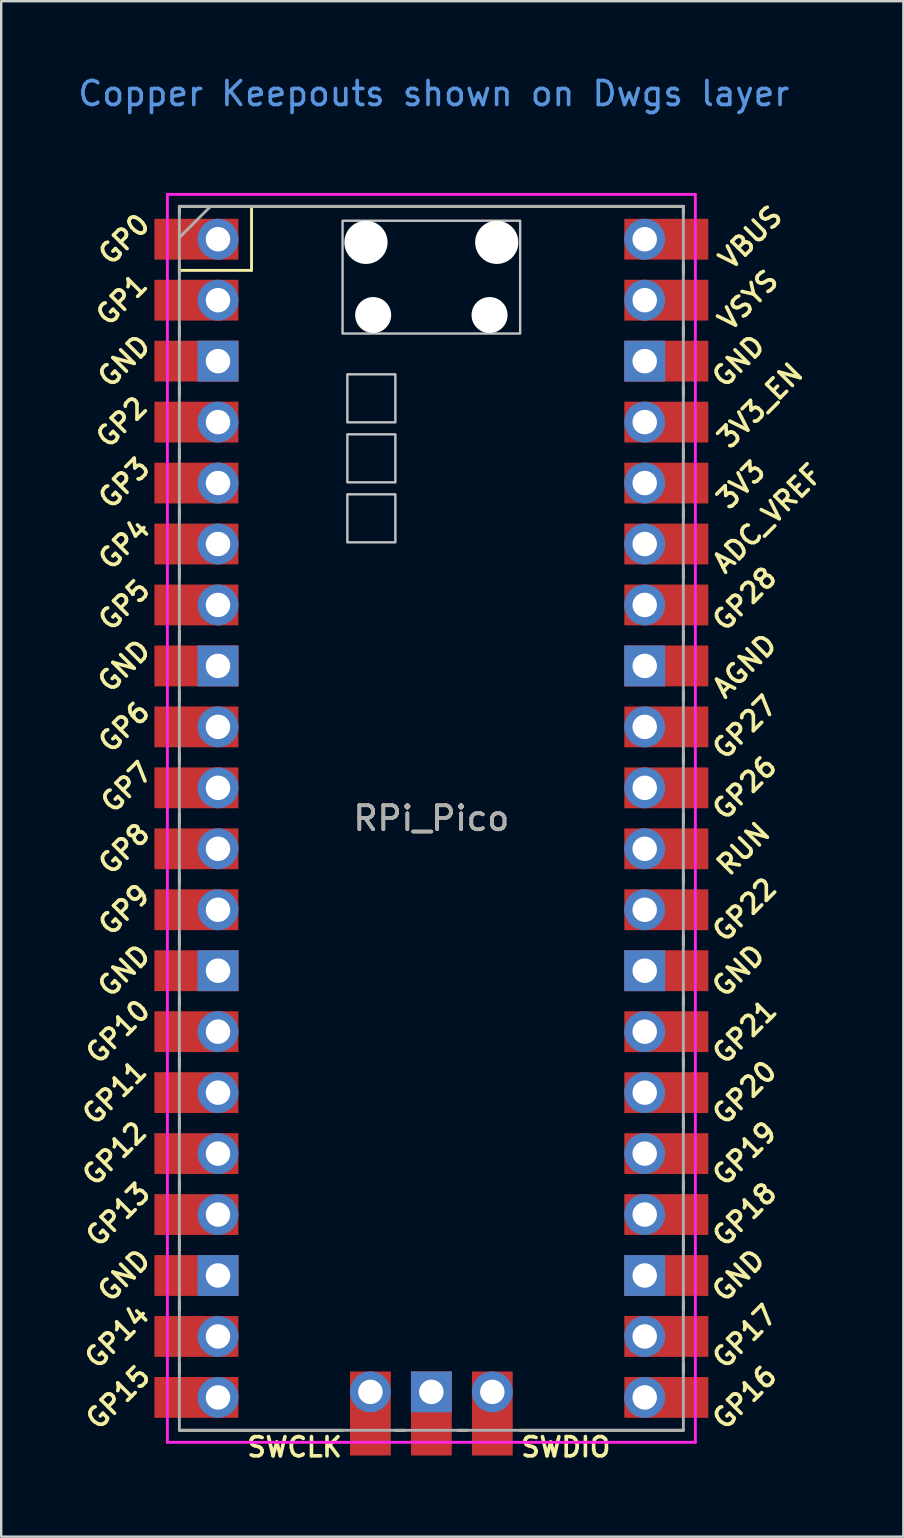
<source format=kicad_pcb>
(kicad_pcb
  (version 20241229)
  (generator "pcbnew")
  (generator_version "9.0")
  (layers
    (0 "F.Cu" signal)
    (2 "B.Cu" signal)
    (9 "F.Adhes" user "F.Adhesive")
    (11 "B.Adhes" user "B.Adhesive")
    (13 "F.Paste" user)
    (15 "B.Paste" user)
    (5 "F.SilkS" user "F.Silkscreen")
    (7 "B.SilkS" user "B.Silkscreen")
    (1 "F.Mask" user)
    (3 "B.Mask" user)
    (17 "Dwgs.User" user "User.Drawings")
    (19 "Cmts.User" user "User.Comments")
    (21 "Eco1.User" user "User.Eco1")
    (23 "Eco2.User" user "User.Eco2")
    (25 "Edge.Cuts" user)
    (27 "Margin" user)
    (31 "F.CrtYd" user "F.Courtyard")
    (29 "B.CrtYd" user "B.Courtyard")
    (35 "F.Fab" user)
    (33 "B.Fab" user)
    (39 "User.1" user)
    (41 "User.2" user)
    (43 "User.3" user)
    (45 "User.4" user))
  (footprint "RPi_Pico"
    (layer "F.Cu")
    (at 14.924 31.048)
    (property "Reference" "RPi_Pico" (at 0 0 0) (layer "F.SilkS") (effects (font (size 1 1) (thickness 0.15))))
    (attr through_hole)
    (fp_line (start -10.5 -25.5) (end -10.5 -25.2) (stroke (width 0.12) (type solid)) (layer "F.SilkS"))
    (fp_line (start -10.5 -25.5) (end 10.5 -25.5) (stroke (width 0.12) (type solid)) (layer "F.SilkS"))
    (fp_line (start -10.5 -23.1) (end -10.5 -22.7) (stroke (width 0.12) (type solid)) (layer "F.SilkS"))
    (fp_line (start -10.5 -22.833) (end -7.493 -22.833) (stroke (width 0.12) (type solid)) (layer "F.SilkS"))
    (fp_line (start -10.5 -20.5) (end -10.5 -20.1) (stroke (width 0.12) (type solid)) (layer "F.SilkS"))
    (fp_line (start -10.5 -18) (end -10.5 -17.6) (stroke (width 0.12) (type solid)) (layer "F.SilkS"))
    (fp_line (start -10.5 -15.4) (end -10.5 -15) (stroke (width 0.12) (type solid)) (layer "F.SilkS"))
    (fp_line (start -10.5 -12.9) (end -10.5 -12.5) (stroke (width 0.12) (type solid)) (layer "F.SilkS"))
    (fp_line (start -10.5 -10.4) (end -10.5 -10) (stroke (width 0.12) (type solid)) (layer "F.SilkS"))
    (fp_line (start -10.5 -7.8) (end -10.5 -7.4) (stroke (width 0.12) (type solid)) (layer "F.SilkS"))
    (fp_line (start -10.5 -5.3) (end -10.5 -4.9) (stroke (width 0.12) (type solid)) (layer "F.SilkS"))
    (fp_line (start -10.5 -2.7) (end -10.5 -2.3) (stroke (width 0.12) (type solid)) (layer "F.SilkS"))
    (fp_line (start -10.5 -0.2) (end -10.5 0.2) (stroke (width 0.12) (type solid)) (layer "F.SilkS"))
    (fp_line (start -10.5 2.3) (end -10.5 2.7) (stroke (width 0.12) (type solid)) (layer "F.SilkS"))
    (fp_line (start -10.5 4.9) (end -10.5 5.3) (stroke (width 0.12) (type solid)) (layer "F.SilkS"))
    (fp_line (start -10.5 7.4) (end -10.5 7.8) (stroke (width 0.12) (type solid)) (layer "F.SilkS"))
    (fp_line (start -10.5 10) (end -10.5 10.4) (stroke (width 0.12) (type solid)) (layer "F.SilkS"))
    (fp_line (start -10.5 12.5) (end -10.5 12.9) (stroke (width 0.12) (type solid)) (layer "F.SilkS"))
    (fp_line (start -10.5 15.1) (end -10.5 15.5) (stroke (width 0.12) (type solid)) (layer "F.SilkS"))
    (fp_line (start -10.5 17.6) (end -10.5 18) (stroke (width 0.12) (type solid)) (layer "F.SilkS"))
    (fp_line (start -10.5 20.1) (end -10.5 20.5) (stroke (width 0.12) (type solid)) (layer "F.SilkS"))
    (fp_line (start -10.5 22.7) (end -10.5 23.1) (stroke (width 0.12) (type solid)) (layer "F.SilkS"))
    (fp_line (start -7.493 -22.833) (end -7.493 -25.5) (stroke (width 0.12) (type solid)) (layer "F.SilkS"))
    (fp_line (start -3.7 25.5) (end -10.5 25.5) (stroke (width 0.12) (type solid)) (layer "F.SilkS"))
    (fp_line (start -1.5 25.5) (end -1.1 25.5) (stroke (width 0.12) (type solid)) (layer "F.SilkS"))
    (fp_line (start 1.1 25.5) (end 1.5 25.5) (stroke (width 0.12) (type solid)) (layer "F.SilkS"))
    (fp_line (start 10.5 -25.5) (end 10.5 -25.2) (stroke (width 0.12) (type solid)) (layer "F.SilkS"))
    (fp_line (start 10.5 -23.1) (end 10.5 -22.7) (stroke (width 0.12) (type solid)) (layer "F.SilkS"))
    (fp_line (start 10.5 -20.5) (end 10.5 -20.1) (stroke (width 0.12) (type solid)) (layer "F.SilkS"))
    (fp_line (start 10.5 -18) (end 10.5 -17.6) (stroke (width 0.12) (type solid)) (layer "F.SilkS"))
    (fp_line (start 10.5 -15.4) (end 10.5 -15) (stroke (width 0.12) (type solid)) (layer "F.SilkS"))
    (fp_line (start 10.5 -12.9) (end 10.5 -12.5) (stroke (width 0.12) (type solid)) (layer "F.SilkS"))
    (fp_line (start 10.5 -10.4) (end 10.5 -10) (stroke (width 0.12) (type solid)) (layer "F.SilkS"))
    (fp_line (start 10.5 -7.8) (end 10.5 -7.4) (stroke (width 0.12) (type solid)) (layer "F.SilkS"))
    (fp_line (start 10.5 -5.3) (end 10.5 -4.9) (stroke (width 0.12) (type solid)) (layer "F.SilkS"))
    (fp_line (start 10.5 -2.7) (end 10.5 -2.3) (stroke (width 0.12) (type solid)) (layer "F.SilkS"))
    (fp_line (start 10.5 -0.2) (end 10.5 0.2) (stroke (width 0.12) (type solid)) (layer "F.SilkS"))
    (fp_line (start 10.5 2.3) (end 10.5 2.7) (stroke (width 0.12) (type solid)) (layer "F.SilkS"))
    (fp_line (start 10.5 4.9) (end 10.5 5.3) (stroke (width 0.12) (type solid)) (layer "F.SilkS"))
    (fp_line (start 10.5 7.4) (end 10.5 7.8) (stroke (width 0.12) (type solid)) (layer "F.SilkS"))
    (fp_line (start 10.5 10) (end 10.5 10.4) (stroke (width 0.12) (type solid)) (layer "F.SilkS"))
    (fp_line (start 10.5 12.5) (end 10.5 12.9) (stroke (width 0.12) (type solid)) (layer "F.SilkS"))
    (fp_line (start 10.5 15.1) (end 10.5 15.5) (stroke (width 0.12) (type solid)) (layer "F.SilkS"))
    (fp_line (start 10.5 17.6) (end 10.5 18) (stroke (width 0.12) (type solid)) (layer "F.SilkS"))
    (fp_line (start 10.5 20.1) (end 10.5 20.5) (stroke (width 0.12) (type solid)) (layer "F.SilkS"))
    (fp_line (start 10.5 22.7) (end 10.5 23.1) (stroke (width 0.12) (type solid)) (layer "F.SilkS"))
    (fp_line (start 10.5 25.5) (end 3.7 25.5) (stroke (width 0.12) (type solid)) (layer "F.SilkS"))
    (fp_poly (pts (xy -1.5 -16.5) (xy -3.5 -16.5) (xy -3.5 -18.5) (xy -1.5 -18.5)) (stroke (width 0.1) (type solid)) (fill no) (layer "Dwgs.User"))
    (fp_poly (pts (xy -1.5 -14) (xy -3.5 -14) (xy -3.5 -16) (xy -1.5 -16)) (stroke (width 0.1) (type solid)) (fill no) (layer "Dwgs.User"))
    (fp_poly (pts (xy -1.5 -11.5) (xy -3.5 -11.5) (xy -3.5 -13.5) (xy -1.5 -13.5)) (stroke (width 0.1) (type solid)) (fill no) (layer "Dwgs.User"))
    (fp_poly (pts (xy 3.7 -20.2) (xy -3.7 -20.2) (xy -3.7 -24.9) (xy 3.7 -24.9)) (stroke (width 0.1) (type solid)) (fill no) (layer "Dwgs.User"))
    (fp_line (start -11 -26) (end 11 -26) (stroke (width 0.12) (type solid)) (layer "F.CrtYd"))
    (fp_line (start -11 26) (end -11 -26) (stroke (width 0.12) (type solid)) (layer "F.CrtYd"))
    (fp_line (start 11 -26) (end 11 26) (stroke (width 0.12) (type solid)) (layer "F.CrtYd"))
    (fp_line (start 11 26) (end -11 26) (stroke (width 0.12) (type solid)) (layer "F.CrtYd"))
    (fp_line (start -10.5 -25.5) (end 10.5 -25.5) (stroke (width 0.12) (type solid)) (layer "F.Fab"))
    (fp_line (start -10.5 -24.2) (end -9.2 -25.5) (stroke (width 0.12) (type solid)) (layer "F.Fab"))
    (fp_line (start -10.5 25.5) (end -10.5 -25.5) (stroke (width 0.12) (type solid)) (layer "F.Fab"))
    (fp_line (start 10.5 -25.5) (end 10.5 25.5) (stroke (width 0.12) (type solid)) (layer "F.Fab"))
    (fp_line (start 10.5 25.5) (end -10.5 25.5) (stroke (width 0.12) (type solid)) (layer "F.Fab"))
    (fp_text user "GP15" (at -13.054 24.13 45) (layer "F.SilkS") (effects (font (size 0.8 0.8) (thickness 0.15))))
    (fp_text user "3V3" (at 12.9 -13.9 45) (layer "F.SilkS") (effects (font (size 0.8 0.8) (thickness 0.15))))
    (fp_text user "GP22" (at 13.054 3.81 45) (layer "F.SilkS") (effects (font (size 0.8 0.8) (thickness 0.15))))
    (fp_text user "GND" (at 12.8 19.05 45) (layer "F.SilkS") (effects (font (size 0.8 0.8) (thickness 0.15))))
    (fp_text user "VBUS" (at 13.3 -24.2 45) (layer "F.SilkS") (effects (font (size 0.8 0.8) (thickness 0.15))))
    (fp_text user "GND" (at -12.8 -19.05 45) (layer "F.SilkS") (effects (font (size 0.8 0.8) (thickness 0.15))))
    (fp_text user "GP18" (at 13.054 16.51 45) (layer "F.SilkS") (effects (font (size 0.8 0.8) (thickness 0.15))))
    (fp_text user "GP11" (at -13.2 11.43 45) (layer "F.SilkS") (effects (font (size 0.8 0.8) (thickness 0.15))))
    (fp_text user "AGND" (at 13.054 -6.35 45) (layer "F.SilkS") (effects (font (size 0.8 0.8) (thickness 0.15))))
    (fp_text user "GP19" (at 13.054 13.97 45) (layer "F.SilkS") (effects (font (size 0.8 0.8) (thickness 0.15))))
    (fp_text user "GP12" (at -13.2 13.97 45) (layer "F.SilkS") (effects (font (size 0.8 0.8) (thickness 0.15))))
    (fp_text user "GP6" (at -12.8 -3.81 45) (layer "F.SilkS") (effects (font (size 0.8 0.8) (thickness 0.15))))
    (fp_text user "GP3" (at -12.8 -13.97 45) (layer "F.SilkS") (effects (font (size 0.8 0.8) (thickness 0.15))))
    (fp_text user "GP27" (at 13.054 -3.8 45) (layer "F.SilkS") (effects (font (size 0.8 0.8) (thickness 0.15))))
    (fp_text user "GP9" (at -12.8 3.81 45) (layer "F.SilkS") (effects (font (size 0.8 0.8) (thickness 0.15))))
    (fp_text user "GND" (at -12.8 6.35 45) (layer "F.SilkS") (effects (font (size 0.8 0.8) (thickness 0.15))))
    (fp_text user "GP16" (at 13.054 24.13 45) (layer "F.SilkS") (effects (font (size 0.8 0.8) (thickness 0.15))))
    (fp_text user "ADC_VREF" (at 14 -12.5 45) (layer "F.SilkS") (effects (font (size 0.8 0.8) (thickness 0.15))))
    (fp_text user "GP28" (at 13.054 -9.144 45) (layer "F.SilkS") (effects (font (size 0.8 0.8) (thickness 0.15))))
    (fp_text user "GP26" (at 13.054 -1.27 45) (layer "F.SilkS") (effects (font (size 0.8 0.8) (thickness 0.15))))
    (fp_text user "SWCLK" (at -5.7 26.2 0) (layer "F.SilkS") (effects (font (size 0.8 0.8) (thickness 0.15))))
    (fp_text user "GP10" (at -13.054 8.89 45) (layer "F.SilkS") (effects (font (size 0.8 0.8) (thickness 0.15))))
    (fp_text user "GP8" (at -12.8 1.27 45) (layer "F.SilkS") (effects (font (size 0.8 0.8) (thickness 0.15))))
    (fp_text user "GP4" (at -12.8 -11.43 45) (layer "F.SilkS") (effects (font (size 0.8 0.8) (thickness 0.15))))
    (fp_text user "GP5" (at -12.8 -8.89 45) (layer "F.SilkS") (effects (font (size 0.8 0.8) (thickness 0.15))))
    (fp_text user "GP13" (at -13.054 16.51 45) (layer "F.SilkS") (effects (font (size 0.8 0.8) (thickness 0.15))))
    (fp_text user "GND" (at -12.8 -6.35 45) (layer "F.SilkS") (effects (font (size 0.8 0.8) (thickness 0.15))))
    (fp_text user "GP1" (at -12.9 -21.6 45) (layer "F.SilkS") (effects (font (size 0.8 0.8) (thickness 0.15))))
    (fp_text user "GP17" (at 13.054 21.59 45) (layer "F.SilkS") (effects (font (size 0.8 0.8) (thickness 0.15))))
    (fp_text user "RUN" (at 13 1.27 45) (layer "F.SilkS") (effects (font (size 0.8 0.8) (thickness 0.15))))
    (fp_text user "GP7" (at -12.7 -1.3 45) (layer "F.SilkS") (effects (font (size 0.8 0.8) (thickness 0.15))))
    (fp_text user "GP21" (at 13.054 8.9 45) (layer "F.SilkS") (effects (font (size 0.8 0.8) (thickness 0.15))))
    (fp_text user "GP14" (at -13.1 21.59 45) (layer "F.SilkS") (effects (font (size 0.8 0.8) (thickness 0.15))))
    (fp_text user "GP0" (at -12.8 -24.13 45) (layer "F.SilkS") (effects (font (size 0.8 0.8) (thickness 0.15))))
    (fp_text user "GP20" (at 13.054 11.43 45) (layer "F.SilkS") (effects (font (size 0.8 0.8) (thickness 0.15))))
    (fp_text user "SWDIO" (at 5.6 26.2 0) (layer "F.SilkS") (effects (font (size 0.8 0.8) (thickness 0.15))))
    (fp_text user "VSYS" (at 13.2 -21.59 45) (layer "F.SilkS") (effects (font (size 0.8 0.8) (thickness 0.15))))
    (fp_text user "GP2" (at -12.9 -16.51 45) (layer "F.SilkS") (effects (font (size 0.8 0.8) (thickness 0.15))))
    (fp_text user "GND" (at -12.8 19.05 45) (layer "F.SilkS") (effects (font (size 0.8 0.8) (thickness 0.15))))
    (fp_text user "GND" (at 12.8 -19.05 45) (layer "F.SilkS") (effects (font (size 0.8 0.8) (thickness 0.15))))
    (fp_text user "GND" (at 12.8 6.35 45) (layer "F.SilkS") (effects (font (size 0.8 0.8) (thickness 0.15))))
    (fp_text user "3V3_EN" (at 13.7 -17.2 45) (layer "F.SilkS") (effects (font (size 0.8 0.8) (thickness 0.15))))
    (fp_text user "Copper Keepouts shown on Dwgs layer" (at 0.1 -30.2 0) (layer "Cmts.User") (effects (font (size 1 1) (thickness 0.15))))
    (fp_text user "${REFERENCE}" (at 0 0 180) (layer "F.Fab") (effects (font (size 1 1) (thickness 0.15))))
    (pad "" np_thru_hole oval (at -2.725 -24) (size 1.8 1.8) (drill 1.8) (layers "*.Cu" "*.Mask"))
    (pad "" np_thru_hole oval (at -2.425 -20.97) (size 1.5 1.5) (drill 1.5) (layers "*.Cu" "*.Mask"))
    (pad "" np_thru_hole oval (at 2.425 -20.97) (size 1.5 1.5) (drill 1.5) (layers "*.Cu" "*.Mask"))
    (pad "" np_thru_hole oval (at 2.725 -24) (size 1.8 1.8) (drill 1.8) (layers "*.Cu" "*.Mask"))
    (pad "1" thru_hole oval (at -8.89 -24.13) (size 1.7 1.7) (drill 1.02) (layers "*.Cu" "*.Mask"))
    (pad "1" smd rect (at -8.89 -24.13) (size 3.5 1.7) (drill (offset -0.9 0)) (layers "F.Cu" "F.Mask"))
    (pad "2" thru_hole oval (at -8.89 -21.59) (size 1.7 1.7) (drill 1.02) (layers "*.Cu" "*.Mask"))
    (pad "2" smd rect (at -8.89 -21.59) (size 3.5 1.7) (drill (offset -0.9 0)) (layers "F.Cu" "F.Mask"))
    (pad "3" thru_hole rect (at -8.89 -19.05) (size 1.7 1.7) (drill 1.02) (layers "*.Cu" "*.Mask"))
    (pad "3" smd rect (at -8.89 -19.05) (size 3.5 1.7) (drill (offset -0.9 0)) (layers "F.Cu" "F.Mask"))
    (pad "4" thru_hole oval (at -8.89 -16.51) (size 1.7 1.7) (drill 1.02) (layers "*.Cu" "*.Mask"))
    (pad "4" smd rect (at -8.89 -16.51) (size 3.5 1.7) (drill (offset -0.9 0)) (layers "F.Cu" "F.Mask"))
    (pad "5" thru_hole oval (at -8.89 -13.97) (size 1.7 1.7) (drill 1.02) (layers "*.Cu" "*.Mask"))
    (pad "5" smd rect (at -8.89 -13.97) (size 3.5 1.7) (drill (offset -0.9 0)) (layers "F.Cu" "F.Mask"))
    (pad "6" thru_hole oval (at -8.89 -11.43) (size 1.7 1.7) (drill 1.02) (layers "*.Cu" "*.Mask"))
    (pad "6" smd rect (at -8.89 -11.43) (size 3.5 1.7) (drill (offset -0.9 0)) (layers "F.Cu" "F.Mask"))
    (pad "7" thru_hole oval (at -8.89 -8.89) (size 1.7 1.7) (drill 1.02) (layers "*.Cu" "*.Mask"))
    (pad "7" smd rect (at -8.89 -8.89) (size 3.5 1.7) (drill (offset -0.9 0)) (layers "F.Cu" "F.Mask"))
    (pad "8" thru_hole rect (at -8.89 -6.35) (size 1.7 1.7) (drill 1.02) (layers "*.Cu" "*.Mask"))
    (pad "8" smd rect (at -8.89 -6.35) (size 3.5 1.7) (drill (offset -0.9 0)) (layers "F.Cu" "F.Mask"))
    (pad "9" thru_hole oval (at -8.89 -3.81) (size 1.7 1.7) (drill 1.02) (layers "*.Cu" "*.Mask"))
    (pad "9" smd rect (at -8.89 -3.81) (size 3.5 1.7) (drill (offset -0.9 0)) (layers "F.Cu" "F.Mask"))
    (pad "10" thru_hole oval (at -8.89 -1.27) (size 1.7 1.7) (drill 1.02) (layers "*.Cu" "*.Mask"))
    (pad "10" smd rect (at -8.89 -1.27) (size 3.5 1.7) (drill (offset -0.9 0)) (layers "F.Cu" "F.Mask"))
    (pad "11" thru_hole oval (at -8.89 1.27) (size 1.7 1.7) (drill 1.02) (layers "*.Cu" "*.Mask"))
    (pad "11" smd rect (at -8.89 1.27) (size 3.5 1.7) (drill (offset -0.9 0)) (layers "F.Cu" "F.Mask"))
    (pad "12" thru_hole oval (at -8.89 3.81) (size 1.7 1.7) (drill 1.02) (layers "*.Cu" "*.Mask"))
    (pad "12" smd rect (at -8.89 3.81) (size 3.5 1.7) (drill (offset -0.9 0)) (layers "F.Cu" "F.Mask"))
    (pad "13" thru_hole rect (at -8.89 6.35) (size 1.7 1.7) (drill 1.02) (layers "*.Cu" "*.Mask"))
    (pad "13" smd rect (at -8.89 6.35) (size 3.5 1.7) (drill (offset -0.9 0)) (layers "F.Cu" "F.Mask"))
    (pad "14" thru_hole oval (at -8.89 8.89) (size 1.7 1.7) (drill 1.02) (layers "*.Cu" "*.Mask"))
    (pad "14" smd rect (at -8.89 8.89) (size 3.5 1.7) (drill (offset -0.9 0)) (layers "F.Cu" "F.Mask"))
    (pad "15" thru_hole oval (at -8.89 11.43) (size 1.7 1.7) (drill 1.02) (layers "*.Cu" "*.Mask"))
    (pad "15" smd rect (at -8.89 11.43) (size 3.5 1.7) (drill (offset -0.9 0)) (layers "F.Cu" "F.Mask"))
    (pad "16" thru_hole oval (at -8.89 13.97) (size 1.7 1.7) (drill 1.02) (layers "*.Cu" "*.Mask"))
    (pad "16" smd rect (at -8.89 13.97) (size 3.5 1.7) (drill (offset -0.9 0)) (layers "F.Cu" "F.Mask"))
    (pad "17" thru_hole oval (at -8.89 16.51) (size 1.7 1.7) (drill 1.02) (layers "*.Cu" "*.Mask"))
    (pad "17" smd rect (at -8.89 16.51) (size 3.5 1.7) (drill (offset -0.9 0)) (layers "F.Cu" "F.Mask"))
    (pad "18" thru_hole rect (at -8.89 19.05) (size 1.7 1.7) (drill 1.02) (layers "*.Cu" "*.Mask"))
    (pad "18" smd rect (at -8.89 19.05) (size 3.5 1.7) (drill (offset -0.9 0)) (layers "F.Cu" "F.Mask"))
    (pad "19" thru_hole oval (at -8.89 21.59) (size 1.7 1.7) (drill 1.02) (layers "*.Cu" "*.Mask"))
    (pad "19" smd rect (at -8.89 21.59) (size 3.5 1.7) (drill (offset -0.9 0)) (layers "F.Cu" "F.Mask"))
    (pad "20" thru_hole oval (at -8.89 24.13) (size 1.7 1.7) (drill 1.02) (layers "*.Cu" "*.Mask"))
    (pad "20" smd rect (at -8.89 24.13) (size 3.5 1.7) (drill (offset -0.9 0)) (layers "F.Cu" "F.Mask"))
    (pad "21" thru_hole oval (at 8.89 24.13) (size 1.7 1.7) (drill 1.02) (layers "*.Cu" "*.Mask"))
    (pad "21" smd rect (at 8.89 24.13) (size 3.5 1.7) (drill (offset 0.9 0)) (layers "F.Cu" "F.Mask"))
    (pad "22" thru_hole oval (at 8.89 21.59) (size 1.7 1.7) (drill 1.02) (layers "*.Cu" "*.Mask"))
    (pad "22" smd rect (at 8.89 21.59) (size 3.5 1.7) (drill (offset 0.9 0)) (layers "F.Cu" "F.Mask"))
    (pad "23" thru_hole rect (at 8.89 19.05) (size 1.7 1.7) (drill 1.02) (layers "*.Cu" "*.Mask"))
    (pad "23" smd rect (at 8.89 19.05) (size 3.5 1.7) (drill (offset 0.9 0)) (layers "F.Cu" "F.Mask"))
    (pad "24" thru_hole oval (at 8.89 16.51) (size 1.7 1.7) (drill 1.02) (layers "*.Cu" "*.Mask"))
    (pad "24" smd rect (at 8.89 16.51) (size 3.5 1.7) (drill (offset 0.9 0)) (layers "F.Cu" "F.Mask"))
    (pad "25" thru_hole oval (at 8.89 13.97) (size 1.7 1.7) (drill 1.02) (layers "*.Cu" "*.Mask"))
    (pad "25" smd rect (at 8.89 13.97) (size 3.5 1.7) (drill (offset 0.9 0)) (layers "F.Cu" "F.Mask"))
    (pad "26" thru_hole oval (at 8.89 11.43) (size 1.7 1.7) (drill 1.02) (layers "*.Cu" "*.Mask"))
    (pad "26" smd rect (at 8.89 11.43) (size 3.5 1.7) (drill (offset 0.9 0)) (layers "F.Cu" "F.Mask"))
    (pad "27" thru_hole oval (at 8.89 8.89) (size 1.7 1.7) (drill 1.02) (layers "*.Cu" "*.Mask"))
    (pad "27" smd rect (at 8.89 8.89) (size 3.5 1.7) (drill (offset 0.9 0)) (layers "F.Cu" "F.Mask"))
    (pad "28" thru_hole rect (at 8.89 6.35) (size 1.7 1.7) (drill 1.02) (layers "*.Cu" "*.Mask"))
    (pad "28" smd rect (at 8.89 6.35) (size 3.5 1.7) (drill (offset 0.9 0)) (layers "F.Cu" "F.Mask"))
    (pad "29" thru_hole oval (at 8.89 3.81) (size 1.7 1.7) (drill 1.02) (layers "*.Cu" "*.Mask"))
    (pad "29" smd rect (at 8.89 3.81) (size 3.5 1.7) (drill (offset 0.9 0)) (layers "F.Cu" "F.Mask"))
    (pad "30" thru_hole oval (at 8.89 1.27) (size 1.7 1.7) (drill 1.02) (layers "*.Cu" "*.Mask"))
    (pad "30" smd rect (at 8.89 1.27) (size 3.5 1.7) (drill (offset 0.9 0)) (layers "F.Cu" "F.Mask"))
    (pad "31" thru_hole oval (at 8.89 -1.27) (size 1.7 1.7) (drill 1.02) (layers "*.Cu" "*.Mask"))
    (pad "31" smd rect (at 8.89 -1.27) (size 3.5 1.7) (drill (offset 0.9 0)) (layers "F.Cu" "F.Mask"))
    (pad "32" thru_hole oval (at 8.89 -3.81) (size 1.7 1.7) (drill 1.02) (layers "*.Cu" "*.Mask"))
    (pad "32" smd rect (at 8.89 -3.81) (size 3.5 1.7) (drill (offset 0.9 0)) (layers "F.Cu" "F.Mask"))
    (pad "33" thru_hole rect (at 8.89 -6.35) (size 1.7 1.7) (drill 1.02) (layers "*.Cu" "*.Mask"))
    (pad "33" smd rect (at 8.89 -6.35) (size 3.5 1.7) (drill (offset 0.9 0)) (layers "F.Cu" "F.Mask"))
    (pad "34" thru_hole oval (at 8.89 -8.89) (size 1.7 1.7) (drill 1.02) (layers "*.Cu" "*.Mask"))
    (pad "34" smd rect (at 8.89 -8.89) (size 3.5 1.7) (drill (offset 0.9 0)) (layers "F.Cu" "F.Mask"))
    (pad "35" thru_hole oval (at 8.89 -11.43) (size 1.7 1.7) (drill 1.02) (layers "*.Cu" "*.Mask"))
    (pad "35" smd rect (at 8.89 -11.43) (size 3.5 1.7) (drill (offset 0.9 0)) (layers "F.Cu" "F.Mask"))
    (pad "36" thru_hole oval (at 8.89 -13.97) (size 1.7 1.7) (drill 1.02) (layers "*.Cu" "*.Mask"))
    (pad "36" smd rect (at 8.89 -13.97) (size 3.5 1.7) (drill (offset 0.9 0)) (layers "F.Cu" "F.Mask"))
    (pad "37" thru_hole oval (at 8.89 -16.51) (size 1.7 1.7) (drill 1.02) (layers "*.Cu" "*.Mask"))
    (pad "37" smd rect (at 8.89 -16.51) (size 3.5 1.7) (drill (offset 0.9 0)) (layers "F.Cu" "F.Mask"))
    (pad "38" thru_hole rect (at 8.89 -19.05) (size 1.7 1.7) (drill 1.02) (layers "*.Cu" "*.Mask"))
    (pad "38" smd rect (at 8.89 -19.05) (size 3.5 1.7) (drill (offset 0.9 0)) (layers "F.Cu" "F.Mask"))
    (pad "39" thru_hole oval (at 8.89 -21.59) (size 1.7 1.7) (drill 1.02) (layers "*.Cu" "*.Mask"))
    (pad "39" smd rect (at 8.89 -21.59) (size 3.5 1.7) (drill (offset 0.9 0)) (layers "F.Cu" "F.Mask"))
    (pad "40" thru_hole oval (at 8.89 -24.13) (size 1.7 1.7) (drill 1.02) (layers "*.Cu" "*.Mask"))
    (pad "40" smd rect (at 8.89 -24.13) (size 3.5 1.7) (drill (offset 0.9 0)) (layers "F.Cu" "F.Mask"))
    (pad "41" thru_hole oval (at -2.54 23.9) (size 1.7 1.7) (drill 1.02) (layers "*.Cu" "*.Mask"))
    (pad "41" smd rect (at -2.54 23.9 90) (size 3.5 1.7) (drill (offset -0.9 0)) (layers "F.Cu" "F.Mask"))
    (pad "42" thru_hole rect (at 0 23.9) (size 1.7 1.7) (drill 1.02) (layers "*.Cu" "*.Mask"))
    (pad "42" smd rect (at 0 23.9 90) (size 3.5 1.7) (drill (offset -0.9 0)) (layers "F.Cu" "F.Mask"))
    (pad "43" thru_hole oval (at 2.54 23.9) (size 1.7 1.7) (drill 1.02) (layers "*.Cu" "*.Mask"))
    (pad "43" smd rect (at 2.54 23.9 90) (size 3.5 1.7) (drill (offset -0.9 0)) (layers "F.Cu" "F.Mask")))
  (gr_rect
    (start -3 -3)
    (end 34.591 60.98)
    (stroke (width 0.1) (type default))
    (fill no)
    (layer "Edge.Cuts")))
</source>
